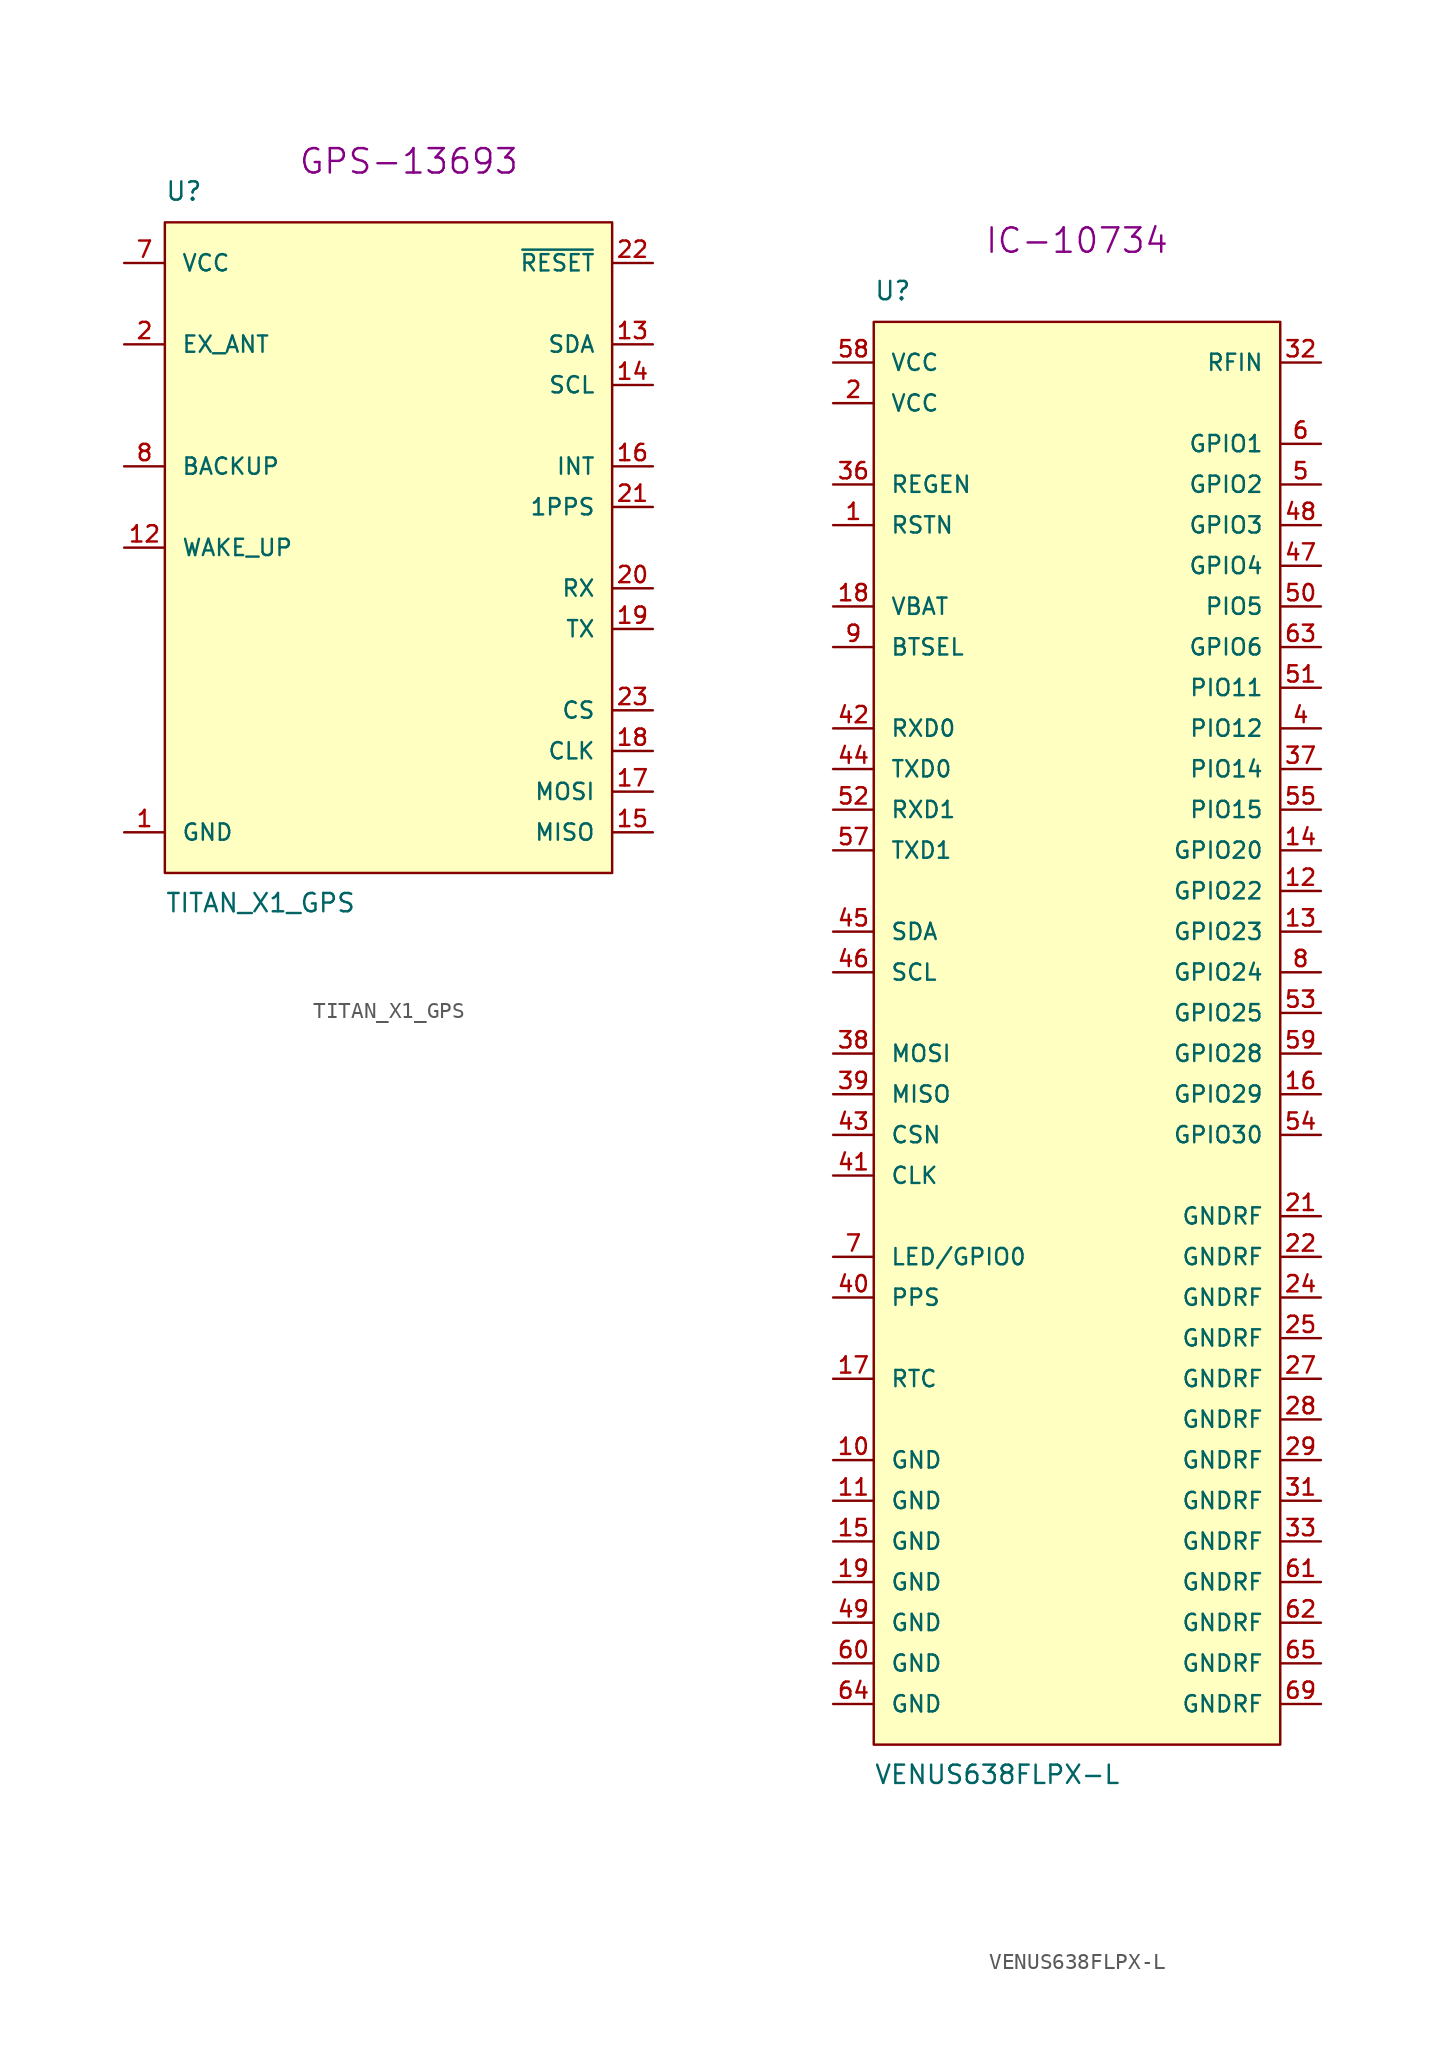
<source format=kicad_sym>
(kicad_symbol_lib
  (version 20220914)
  (generator kicad_symbol_editor)
  (symbol "TITAN_X1_GPS"
    (pin_names
      (offset 1.016))
    (property "Reference" "U"
      (at -15.24 21.59 0)
      (effects (font (size 1.143 1.143)) (justify left bottom)))
    (property "Value" "TITAN_X1_GPS"
      (at -15.24 -22.86 0)
      (effects (font (size 1.143 1.143)) (justify left bottom)))
    (property "Field4" "GPS-13693"
      (at 0 24.13 0)
      (effects (font (size 1.524 1.524))))
    (property "ki_locked" ""
      (at 0 0 0)
      (effects (font (size 1.27 1.27))))
    (symbol "TITAN_X1_GPS_1_1"
      (polyline (pts (xy -15.24 -20.32) (xy -15.24 20.32) (xy 12.7 20.32) (xy 12.7 -20.32) (xy -15.24 -20.32)) (stroke (width 0) (type solid)) (fill (type background)))
      (pin bidirectional line (at -17.78 -17.78 0) (length 2.54) (name "GND" (effects (font (size 1.016 1.016)))) (number "1" (effects (font (size 1.016 1.016)))))
      (pin bidirectional line (at -17.78 -17.78 0) (length 2.54) hide (name "GND" (effects (font (size 1.016 1.016)))) (number "10" (effects (font (size 1.016 1.016)))))
      (pin bidirectional line (at -17.78 -17.78 0) (length 2.54) hide (name "GND" (effects (font (size 1.016 1.016)))) (number "11" (effects (font (size 1.016 1.016)))))
      (pin bidirectional line (at -17.78 0 0) (length 2.54) (name "WAKE_UP" (effects (font (size 1.016 1.016)))) (number "12" (effects (font (size 1.016 1.016)))))
      (pin bidirectional line (at 15.24 12.7 180) (length 2.54) (name "SDA" (effects (font (size 1.016 1.016)))) (number "13" (effects (font (size 1.016 1.016)))))
      (pin bidirectional line (at 15.24 10.16 180) (length 2.54) (name "SCL" (effects (font (size 1.016 1.016)))) (number "14" (effects (font (size 1.016 1.016)))))
      (pin bidirectional line (at 15.24 -17.78 180) (length 2.54) (name "MISO" (effects (font (size 1.016 1.016)))) (number "15" (effects (font (size 1.016 1.016)))))
      (pin bidirectional line (at 15.24 5.08 180) (length 2.54) (name "INT" (effects (font (size 1.016 1.016)))) (number "16" (effects (font (size 1.016 1.016)))))
      (pin bidirectional line (at 15.24 -15.24 180) (length 2.54) (name "MOSI" (effects (font (size 1.016 1.016)))) (number "17" (effects (font (size 1.016 1.016)))))
      (pin bidirectional line (at 15.24 -12.7 180) (length 2.54) (name "CLK" (effects (font (size 1.016 1.016)))) (number "18" (effects (font (size 1.016 1.016)))))
      (pin bidirectional line (at 15.24 -5.08 180) (length 2.54) (name "TX" (effects (font (size 1.016 1.016)))) (number "19" (effects (font (size 1.016 1.016)))))
      (pin bidirectional line (at -17.78 12.7 0) (length 2.54) (name "EX_ANT" (effects (font (size 1.016 1.016)))) (number "2" (effects (font (size 1.016 1.016)))))
      (pin bidirectional line (at 15.24 -2.54 180) (length 2.54) (name "RX" (effects (font (size 1.016 1.016)))) (number "20" (effects (font (size 1.016 1.016)))))
      (pin bidirectional line (at 15.24 2.54 180) (length 2.54) (name "1PPS" (effects (font (size 1.016 1.016)))) (number "21" (effects (font (size 1.016 1.016)))))
      (pin bidirectional line (at 15.24 17.78 180) (length 2.54) (name "~{RESET}" (effects (font (size 1.016 1.016)))) (number "22" (effects (font (size 1.016 1.016)))))
      (pin bidirectional line (at 15.24 -10.16 180) (length 2.54) (name "CS" (effects (font (size 1.016 1.016)))) (number "23" (effects (font (size 1.016 1.016)))))
      (pin bidirectional line (at -17.78 -17.78 0) (length 2.54) hide (name "GND" (effects (font (size 1.016 1.016)))) (number "24" (effects (font (size 1.016 1.016)))))
      (pin bidirectional line (at -17.78 -17.78 0) (length 2.54) hide (name "GND" (effects (font (size 1.016 1.016)))) (number "3" (effects (font (size 1.016 1.016)))))
      (pin bidirectional line (at -17.78 -17.78 0) (length 2.54) hide (name "GND" (effects (font (size 1.016 1.016)))) (number "4" (effects (font (size 1.016 1.016)))))
      (pin bidirectional line (at -17.78 -17.78 0) (length 2.54) hide (name "GND" (effects (font (size 1.016 1.016)))) (number "5" (effects (font (size 1.016 1.016)))))
      (pin bidirectional line (at -17.78 -17.78 0) (length 2.54) hide (name "GND" (effects (font (size 1.016 1.016)))) (number "6" (effects (font (size 1.016 1.016)))))
      (pin bidirectional line (at -17.78 17.78 0) (length 2.54) (name "VCC" (effects (font (size 1.016 1.016)))) (number "7" (effects (font (size 1.016 1.016)))))
      (pin bidirectional line (at -17.78 5.08 0) (length 2.54) (name "BACKUP" (effects (font (size 1.016 1.016)))) (number "8" (effects (font (size 1.016 1.016)))))
      (pin bidirectional line (at -17.78 -17.78 0) (length 2.54) hide (name "GND" (effects (font (size 1.016 1.016)))) (number "9" (effects (font (size 1.016 1.016)))))))
  (symbol "VENUS638FLPX-L"
    (pin_names
      (offset 1.016))
    (property "Reference" "U"
      (at -12.7 41.91 0)
      (effects (font (size 1.143 1.143)) (justify left bottom)))
    (property "Value" "VENUS638FLPX-L"
      (at -12.7 -50.8 0)
      (effects (font (size 1.143 1.143)) (justify left bottom)))
    (property "Field4" "IC-10734"
      (at 0 45.72 0)
      (effects (font (size 1.524 1.524))))
    (property "ki_locked" ""
      (at 0 0 0)
      (effects (font (size 1.27 1.27))))
    (symbol "VENUS638FLPX-L_1_1"
      (polyline (pts (xy -12.7 -48.26) (xy 12.7 -48.26) (xy 12.7 40.64) (xy -12.7 40.64) (xy -12.7 -48.26)) (stroke (width 0) (type solid)) (fill (type background)))
      (pin bidirectional line (at -15.24 27.94 0) (length 2.54) (name "RSTN" (effects (font (size 1.016 1.016)))) (number "1" (effects (font (size 1.016 1.016)))))
      (pin bidirectional line (at -15.24 -30.48 0) (length 2.54) (name "GND" (effects (font (size 1.016 1.016)))) (number "10" (effects (font (size 1.016 1.016)))))
      (pin bidirectional line (at -15.24 -33.02 0) (length 2.54) (name "GND" (effects (font (size 1.016 1.016)))) (number "11" (effects (font (size 1.016 1.016)))))
      (pin bidirectional line (at 15.24 5.08 180) (length 2.54) (name "GPIO22" (effects (font (size 1.016 1.016)))) (number "12" (effects (font (size 1.016 1.016)))))
      (pin bidirectional line (at 15.24 2.54 180) (length 2.54) (name "GPIO23" (effects (font (size 1.016 1.016)))) (number "13" (effects (font (size 1.016 1.016)))))
      (pin bidirectional line (at 15.24 7.62 180) (length 2.54) (name "GPIO20" (effects (font (size 1.016 1.016)))) (number "14" (effects (font (size 1.016 1.016)))))
      (pin bidirectional line (at -15.24 -35.56 0) (length 2.54) (name "GND" (effects (font (size 1.016 1.016)))) (number "15" (effects (font (size 1.016 1.016)))))
      (pin bidirectional line (at 15.24 -7.62 180) (length 2.54) (name "GPIO29" (effects (font (size 1.016 1.016)))) (number "16" (effects (font (size 1.016 1.016)))))
      (pin bidirectional line (at -15.24 -25.4 0) (length 2.54) (name "RTC" (effects (font (size 1.016 1.016)))) (number "17" (effects (font (size 1.016 1.016)))))
      (pin bidirectional line (at -15.24 22.86 0) (length 2.54) (name "VBAT" (effects (font (size 1.016 1.016)))) (number "18" (effects (font (size 1.016 1.016)))))
      (pin bidirectional line (at -15.24 -38.1 0) (length 2.54) (name "GND" (effects (font (size 1.016 1.016)))) (number "19" (effects (font (size 1.016 1.016)))))
      (pin bidirectional line (at -15.24 35.56 0) (length 2.54) (name "VCC" (effects (font (size 1.016 1.016)))) (number "2" (effects (font (size 1.016 1.016)))))
      (pin bidirectional line (at 15.24 -15.24 180) (length 2.54) (name "GNDRF" (effects (font (size 1.016 1.016)))) (number "21" (effects (font (size 1.016 1.016)))))
      (pin bidirectional line (at 15.24 -17.78 180) (length 2.54) (name "GNDRF" (effects (font (size 1.016 1.016)))) (number "22" (effects (font (size 1.016 1.016)))))
      (pin bidirectional line (at 15.24 -20.32 180) (length 2.54) (name "GNDRF" (effects (font (size 1.016 1.016)))) (number "24" (effects (font (size 1.016 1.016)))))
      (pin bidirectional line (at 15.24 -22.86 180) (length 2.54) (name "GNDRF" (effects (font (size 1.016 1.016)))) (number "25" (effects (font (size 1.016 1.016)))))
      (pin bidirectional line (at 15.24 -25.4 180) (length 2.54) (name "GNDRF" (effects (font (size 1.016 1.016)))) (number "27" (effects (font (size 1.016 1.016)))))
      (pin bidirectional line (at 15.24 -27.94 180) (length 2.54) (name "GNDRF" (effects (font (size 1.016 1.016)))) (number "28" (effects (font (size 1.016 1.016)))))
      (pin bidirectional line (at 15.24 -30.48 180) (length 2.54) (name "GNDRF" (effects (font (size 1.016 1.016)))) (number "29" (effects (font (size 1.016 1.016)))))
      (pin bidirectional line (at 15.24 -33.02 180) (length 2.54) (name "GNDRF" (effects (font (size 1.016 1.016)))) (number "31" (effects (font (size 1.016 1.016)))))
      (pin bidirectional line (at 15.24 38.1 180) (length 2.54) (name "RFIN" (effects (font (size 1.016 1.016)))) (number "32" (effects (font (size 1.016 1.016)))))
      (pin bidirectional line (at 15.24 -35.56 180) (length 2.54) (name "GNDRF" (effects (font (size 1.016 1.016)))) (number "33" (effects (font (size 1.016 1.016)))))
      (pin bidirectional line (at -15.24 30.48 0) (length 2.54) (name "REGEN" (effects (font (size 1.016 1.016)))) (number "36" (effects (font (size 1.016 1.016)))))
      (pin bidirectional line (at 15.24 12.7 180) (length 2.54) (name "PIO14" (effects (font (size 1.016 1.016)))) (number "37" (effects (font (size 1.016 1.016)))))
      (pin bidirectional line (at -15.24 -5.08 0) (length 2.54) (name "MOSI" (effects (font (size 1.016 1.016)))) (number "38" (effects (font (size 1.016 1.016)))))
      (pin bidirectional line (at -15.24 -7.62 0) (length 2.54) (name "MISO" (effects (font (size 1.016 1.016)))) (number "39" (effects (font (size 1.016 1.016)))))
      (pin bidirectional line (at 15.24 15.24 180) (length 2.54) (name "PIO12" (effects (font (size 1.016 1.016)))) (number "4" (effects (font (size 1.016 1.016)))))
      (pin bidirectional line (at -15.24 -20.32 0) (length 2.54) (name "PPS" (effects (font (size 1.016 1.016)))) (number "40" (effects (font (size 1.016 1.016)))))
      (pin bidirectional line (at -15.24 -12.7 0) (length 2.54) (name "CLK" (effects (font (size 1.016 1.016)))) (number "41" (effects (font (size 1.016 1.016)))))
      (pin bidirectional line (at -15.24 15.24 0) (length 2.54) (name "RXD0" (effects (font (size 1.016 1.016)))) (number "42" (effects (font (size 1.016 1.016)))))
      (pin bidirectional line (at -15.24 -10.16 0) (length 2.54) (name "CSN" (effects (font (size 1.016 1.016)))) (number "43" (effects (font (size 1.016 1.016)))))
      (pin bidirectional line (at -15.24 12.7 0) (length 2.54) (name "TXD0" (effects (font (size 1.016 1.016)))) (number "44" (effects (font (size 1.016 1.016)))))
      (pin bidirectional line (at -15.24 2.54 0) (length 2.54) (name "SDA" (effects (font (size 1.016 1.016)))) (number "45" (effects (font (size 1.016 1.016)))))
      (pin bidirectional line (at -15.24 0 0) (length 2.54) (name "SCL" (effects (font (size 1.016 1.016)))) (number "46" (effects (font (size 1.016 1.016)))))
      (pin bidirectional line (at 15.24 25.4 180) (length 2.54) (name "GPIO4" (effects (font (size 1.016 1.016)))) (number "47" (effects (font (size 1.016 1.016)))))
      (pin bidirectional line (at 15.24 27.94 180) (length 2.54) (name "GPIO3" (effects (font (size 1.016 1.016)))) (number "48" (effects (font (size 1.016 1.016)))))
      (pin bidirectional line (at -15.24 -40.64 0) (length 2.54) (name "GND" (effects (font (size 1.016 1.016)))) (number "49" (effects (font (size 1.016 1.016)))))
      (pin bidirectional line (at 15.24 30.48 180) (length 2.54) (name "GPIO2" (effects (font (size 1.016 1.016)))) (number "5" (effects (font (size 1.016 1.016)))))
      (pin bidirectional line (at 15.24 22.86 180) (length 2.54) (name "PIO5" (effects (font (size 1.016 1.016)))) (number "50" (effects (font (size 1.016 1.016)))))
      (pin bidirectional line (at 15.24 17.78 180) (length 2.54) (name "PIO11" (effects (font (size 1.016 1.016)))) (number "51" (effects (font (size 1.016 1.016)))))
      (pin bidirectional line (at -15.24 10.16 0) (length 2.54) (name "RXD1" (effects (font (size 1.016 1.016)))) (number "52" (effects (font (size 1.016 1.016)))))
      (pin bidirectional line (at 15.24 -2.54 180) (length 2.54) (name "GPIO25" (effects (font (size 1.016 1.016)))) (number "53" (effects (font (size 1.016 1.016)))))
      (pin bidirectional line (at 15.24 -10.16 180) (length 2.54) (name "GPIO30" (effects (font (size 1.016 1.016)))) (number "54" (effects (font (size 1.016 1.016)))))
      (pin bidirectional line (at 15.24 10.16 180) (length 2.54) (name "PIO15" (effects (font (size 1.016 1.016)))) (number "55" (effects (font (size 1.016 1.016)))))
      (pin bidirectional line (at -15.24 7.62 0) (length 2.54) (name "TXD1" (effects (font (size 1.016 1.016)))) (number "57" (effects (font (size 1.016 1.016)))))
      (pin bidirectional line (at -15.24 38.1 0) (length 2.54) (name "VCC" (effects (font (size 1.016 1.016)))) (number "58" (effects (font (size 1.016 1.016)))))
      (pin bidirectional line (at 15.24 -5.08 180) (length 2.54) (name "GPIO28" (effects (font (size 1.016 1.016)))) (number "59" (effects (font (size 1.016 1.016)))))
      (pin bidirectional line (at 15.24 33.02 180) (length 2.54) (name "GPIO1" (effects (font (size 1.016 1.016)))) (number "6" (effects (font (size 1.016 1.016)))))
      (pin bidirectional line (at -15.24 -43.18 0) (length 2.54) (name "GND" (effects (font (size 1.016 1.016)))) (number "60" (effects (font (size 1.016 1.016)))))
      (pin bidirectional line (at 15.24 -38.1 180) (length 2.54) (name "GNDRF" (effects (font (size 1.016 1.016)))) (number "61" (effects (font (size 1.016 1.016)))))
      (pin bidirectional line (at 15.24 -40.64 180) (length 2.54) (name "GNDRF" (effects (font (size 1.016 1.016)))) (number "62" (effects (font (size 1.016 1.016)))))
      (pin bidirectional line (at 15.24 20.32 180) (length 2.54) (name "GPIO6" (effects (font (size 1.016 1.016)))) (number "63" (effects (font (size 1.016 1.016)))))
      (pin bidirectional line (at -15.24 -45.72 0) (length 2.54) (name "GND" (effects (font (size 1.016 1.016)))) (number "64" (effects (font (size 1.016 1.016)))))
      (pin bidirectional line (at 15.24 -43.18 180) (length 2.54) (name "GNDRF" (effects (font (size 1.016 1.016)))) (number "65" (effects (font (size 1.016 1.016)))))
      (pin bidirectional line (at 15.24 -45.72 180) (length 2.54) (name "GNDRF" (effects (font (size 1.016 1.016)))) (number "69" (effects (font (size 1.016 1.016)))))
      (pin bidirectional line (at -15.24 -17.78 0) (length 2.54) (name "LED/GPIO0" (effects (font (size 1.016 1.016)))) (number "7" (effects (font (size 1.016 1.016)))))
      (pin bidirectional line (at 15.24 0 180) (length 2.54) (name "GPIO24" (effects (font (size 1.016 1.016)))) (number "8" (effects (font (size 1.016 1.016)))))
      (pin bidirectional line (at -15.24 20.32 0) (length 2.54) (name "BTSEL" (effects (font (size 1.016 1.016)))) (number "9" (effects (font (size 1.016 1.016))))))))
</source>
